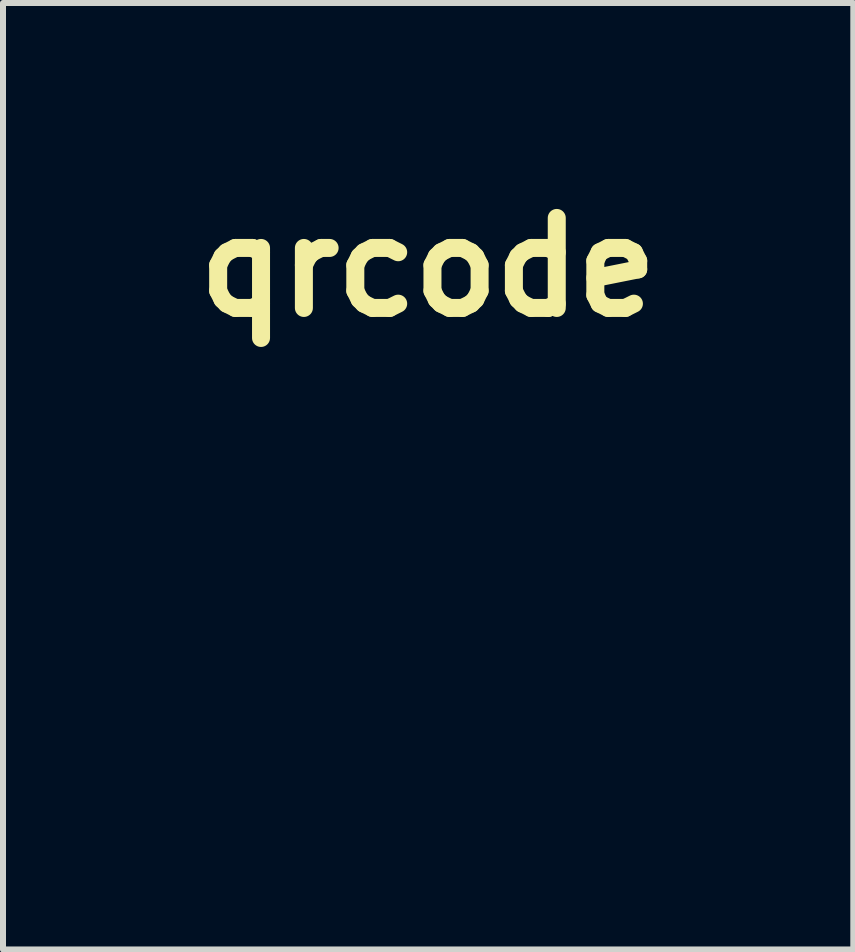
<source format=kicad_pcb>
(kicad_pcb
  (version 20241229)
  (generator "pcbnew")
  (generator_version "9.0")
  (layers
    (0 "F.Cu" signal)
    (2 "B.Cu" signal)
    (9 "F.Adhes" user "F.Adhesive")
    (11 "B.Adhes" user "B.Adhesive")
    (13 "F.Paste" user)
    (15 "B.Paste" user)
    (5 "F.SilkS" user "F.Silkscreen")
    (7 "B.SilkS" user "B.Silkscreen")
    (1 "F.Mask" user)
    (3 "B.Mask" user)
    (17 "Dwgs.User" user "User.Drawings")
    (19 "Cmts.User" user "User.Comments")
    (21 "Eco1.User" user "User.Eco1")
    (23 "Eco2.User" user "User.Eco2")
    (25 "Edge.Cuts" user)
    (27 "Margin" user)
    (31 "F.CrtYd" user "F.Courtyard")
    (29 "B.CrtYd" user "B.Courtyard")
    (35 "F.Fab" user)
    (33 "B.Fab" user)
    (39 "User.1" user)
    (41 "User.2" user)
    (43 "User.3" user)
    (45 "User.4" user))
  (footprint "qrcode"
    (layer "F.Cu")
    (at 4.086 6.23)
    (property "Reference" "qrcode" (at 0 -4.826 0) (layer "F.SilkS") (effects (font (size 1.5 1.5) (thickness 0.3))))
    (attr board_only exclude_from_pos_files exclude_from_bom)
    (fp_poly (pts (xy -2.299 -2.664) (xy -2.299 -2.299) (xy -2.664 -2.299) (xy -3.03 -2.299) (xy -3.03 -2.664) (xy -3.03 -3.03) (xy -2.664 -3.03) (xy -2.299 -3.03)) (stroke (width 0) (type solid)) (fill yes) (layer "F.Mask"))
    (fp_poly (pts (xy -2.299 2.691) (xy -2.299 3.057) (xy -2.664 3.057) (xy -3.03 3.057) (xy -3.03 2.691) (xy -3.03 2.326) (xy -2.664 2.326) (xy -2.299 2.326)) (stroke (width 0) (type solid)) (fill yes) (layer "F.Mask"))
    (fp_poly (pts (xy -1.812 -0.473) (xy -1.812 -0.352) (xy -1.934 -0.352) (xy -2.056 -0.352) (xy -2.056 -0.473) (xy -2.056 -0.595) (xy -1.934 -0.595) (xy -1.812 -0.595)) (stroke (width 0) (type solid)) (fill yes) (layer "F.Mask"))
    (fp_poly (pts (xy -1.812 1.474) (xy -1.812 1.596) (xy -1.934 1.596) (xy -2.056 1.596) (xy -2.056 1.474) (xy -2.056 1.353) (xy -1.934 1.353) (xy -1.812 1.353)) (stroke (width 0) (type solid)) (fill yes) (layer "F.Mask"))
    (fp_poly (pts (xy -1.325 -3.151) (xy -1.325 -3.03) (xy -1.447 -3.03) (xy -1.569 -3.03) (xy -1.569 -3.151) (xy -1.569 -3.273) (xy -1.447 -3.273) (xy -1.325 -3.273)) (stroke (width 0) (type solid)) (fill yes) (layer "F.Mask"))
    (fp_poly (pts (xy -0.839 -3.273) (xy -0.839 -3.03) (xy -0.96 -3.03) (xy -1.082 -3.03) (xy -1.082 -3.273) (xy -1.082 -3.517) (xy -0.96 -3.517) (xy -0.839 -3.517)) (stroke (width 0) (type solid)) (fill yes) (layer "F.Mask"))
    (fp_poly (pts (xy -0.108 0.987) (xy -0.108 1.109) (xy -0.23 1.109) (xy -0.352 1.109) (xy -0.352 0.987) (xy -0.352 0.866) (xy -0.23 0.866) (xy -0.108 0.866)) (stroke (width 0) (type solid)) (fill yes) (layer "F.Mask"))
    (fp_poly (pts (xy 0.135 3.422) (xy 0.135 3.544) (xy -0.23 3.544) (xy -0.595 3.544) (xy -0.595 3.422) (xy -0.595 3.3) (xy -0.23 3.3) (xy 0.135 3.3)) (stroke (width 0) (type solid)) (fill yes) (layer "F.Mask"))
    (fp_poly (pts (xy 0.622 -0.717) (xy 0.622 -0.595) (xy 0.5 -0.595) (xy 0.379 -0.595) (xy 0.379 -0.717) (xy 0.379 -0.839) (xy 0.5 -0.839) (xy 0.622 -0.839)) (stroke (width 0) (type solid)) (fill yes) (layer "F.Mask"))
    (fp_poly (pts (xy 0.866 0.5) (xy 0.866 0.622) (xy 0.744 0.622) (xy 0.622 0.622) (xy 0.622 0.5) (xy 0.622 0.379) (xy 0.744 0.379) (xy 0.866 0.379)) (stroke (width 0) (type solid)) (fill yes) (layer "F.Mask"))
    (fp_poly (pts (xy 0.866 3.422) (xy 0.866 3.544) (xy 0.744 3.544) (xy 0.622 3.544) (xy 0.622 3.422) (xy 0.622 3.3) (xy 0.744 3.3) (xy 0.866 3.3)) (stroke (width 0) (type solid)) (fill yes) (layer "F.Mask"))
    (fp_poly (pts (xy 1.109 2.205) (xy 1.109 2.326) (xy 0.987 2.326) (xy 0.866 2.326) (xy 0.866 2.205) (xy 0.866 2.083) (xy 0.987 2.083) (xy 1.109 2.083)) (stroke (width 0) (type solid)) (fill yes) (layer "F.Mask"))
    (fp_poly (pts (xy 1.596 -2.421) (xy 1.596 -2.299) (xy 1.353 -2.299) (xy 1.109 -2.299) (xy 1.109 -2.421) (xy 1.109 -2.543) (xy 1.353 -2.543) (xy 1.596 -2.543)) (stroke (width 0) (type solid)) (fill yes) (layer "F.Mask"))
    (fp_poly (pts (xy 2.083 1.961) (xy 2.083 2.083) (xy 1.961 2.083) (xy 1.839 2.083) (xy 1.839 1.961) (xy 1.839 1.839) (xy 1.961 1.839) (xy 2.083 1.839)) (stroke (width 0) (type solid)) (fill yes) (layer "F.Mask"))
    (fp_poly (pts (xy 3.057 -2.664) (xy 3.057 -2.299) (xy 2.691 -2.299) (xy 2.326 -2.299) (xy 2.326 -2.664) (xy 2.326 -3.03) (xy 2.691 -3.03) (xy 3.057 -3.03)) (stroke (width 0) (type solid)) (fill yes) (layer "F.Mask"))
    (fp_poly (pts (xy 3.3 -1.447) (xy 3.3 -1.325) (xy 3.178 -1.325) (xy 3.057 -1.325) (xy 3.057 -1.447) (xy 3.057 -1.569) (xy 3.178 -1.569) (xy 3.3 -1.569)) (stroke (width 0) (type solid)) (fill yes) (layer "F.Mask"))
    (fp_poly (pts (xy 3.544 -1.204) (xy 3.544 -1.082) (xy 3.422 -1.082) (xy 3.3 -1.082) (xy 3.3 -1.204) (xy 3.3 -1.325) (xy 3.422 -1.325) (xy 3.544 -1.325)) (stroke (width 0) (type solid)) (fill yes) (layer "F.Mask"))
    (fp_poly (pts (xy 3.544 -0.23) (xy 3.544 -0.108) (xy 3.422 -0.108) (xy 3.3 -0.108) (xy 3.3 -0.23) (xy 3.3 -0.352) (xy 3.422 -0.352) (xy 3.544 -0.352)) (stroke (width 0) (type solid)) (fill yes) (layer "F.Mask"))
    (fp_poly (pts (xy 3.544 0.744) (xy 3.544 0.866) (xy 3.422 0.866) (xy 3.3 0.866) (xy 3.3 0.744) (xy 3.3 0.622) (xy 3.422 0.622) (xy 3.544 0.622)) (stroke (width 0) (type solid)) (fill yes) (layer "F.Mask"))
    (fp_poly (pts (xy 1.839 0.379) (xy 1.839 0.622) (xy 1.596 0.622) (xy 1.353 0.622) (xy 1.353 0.5) (xy 1.353 0.379) (xy 1.474 0.379) (xy 1.596 0.379) (xy 1.596 0.257) (xy 1.596 0.135) (xy 1.718 0.135) (xy 1.839 0.135)) (stroke (width 0) (type solid)) (fill yes) (layer "F.Mask"))
    (fp_poly (pts (xy -1.812 -2.664) (xy -1.812 -1.812) (xy -2.664 -1.812) (xy -3.517 -1.812) (xy -3.517 -2.664) (xy -3.517 -3.273) (xy -3.273 -3.273) (xy -3.273 -2.664) (xy -3.273 -2.056) (xy -2.664 -2.056) (xy -2.056 -2.056) (xy -2.056 -2.664) (xy -2.056 -3.273) (xy -2.664 -3.273) (xy -3.273 -3.273) (xy -3.517 -3.273) (xy -3.517 -3.517) (xy -2.664 -3.517) (xy -1.812 -3.517)) (stroke (width 0) (type solid)) (fill yes) (layer "F.Mask"))
    (fp_poly (pts (xy -1.812 2.691) (xy -1.812 3.544) (xy -2.664 3.544) (xy -3.517 3.544) (xy -3.517 2.691) (xy -3.517 2.083) (xy -3.273 2.083) (xy -3.273 2.691) (xy -3.273 3.3) (xy -2.664 3.3) (xy -2.056 3.3) (xy -2.056 2.691) (xy -2.056 2.083) (xy -2.664 2.083) (xy -3.273 2.083) (xy -3.517 2.083) (xy -3.517 1.839) (xy -2.664 1.839) (xy -1.812 1.839)) (stroke (width 0) (type solid)) (fill yes) (layer "F.Mask"))
    (fp_poly (pts (xy 3.544 -2.664) (xy 3.544 -1.812) (xy 2.691 -1.812) (xy 1.839 -1.812) (xy 1.839 -2.664) (xy 1.839 -3.273) (xy 2.083 -3.273) (xy 2.083 -2.664) (xy 2.083 -2.056) (xy 2.691 -2.056) (xy 3.3 -2.056) (xy 3.3 -2.664) (xy 3.3 -3.273) (xy 2.691 -3.273) (xy 2.083 -3.273) (xy 1.839 -3.273) (xy 1.839 -3.517) (xy 2.691 -3.517) (xy 3.544 -3.517)) (stroke (width 0) (type solid)) (fill yes) (layer "F.Mask"))
    (fp_poly (pts (xy 2.083 -0.717) (xy 2.083 -0.595) (xy 1.961 -0.595) (xy 1.839 -0.595) (xy 1.839 -0.473) (xy 1.839 -0.352) (xy 1.596 -0.352) (xy 1.353 -0.352) (xy 1.353 -0.23) (xy 1.353 -0.108) (xy 1.231 -0.108) (xy 1.109 -0.108) (xy 1.109 -0.23) (xy 1.109 -0.352) (xy 1.231 -0.352) (xy 1.353 -0.352) (xy 1.353 -0.473) (xy 1.353 -0.595) (xy 1.596 -0.595) (xy 1.839 -0.595) (xy 1.839 -0.717) (xy 1.839 -0.839) (xy 1.961 -0.839) (xy 2.083 -0.839)) (stroke (width 0) (type solid)) (fill yes) (layer "F.Mask"))
    (fp_poly (pts (xy 1.839 -1.447) (xy 1.839 -1.325) (xy 1.961 -1.325) (xy 2.083 -1.325) (xy 2.083 -1.447) (xy 2.083 -1.569) (xy 2.205 -1.569) (xy 2.326 -1.569) (xy 2.326 -1.447) (xy 2.326 -1.325) (xy 2.448 -1.325) (xy 2.57 -1.325) (xy 2.57 -1.447) (xy 2.57 -1.569) (xy 2.691 -1.569) (xy 2.813 -1.569) (xy 2.813 -1.447) (xy 2.813 -1.325) (xy 2.691 -1.325) (xy 2.57 -1.325) (xy 2.57 -1.204) (xy 2.57 -1.082) (xy 2.448 -1.082) (xy 2.326 -1.082) (xy 2.326 -0.96) (xy 2.326 -0.839) (xy 2.205 -0.839) (xy 2.083 -0.839) (xy 2.083 -0.96) (xy 2.083 -1.082) (xy 2.205 -1.082) (xy 2.326 -1.082) (xy 2.326 -1.204) (xy 2.326 -1.325) (xy 2.205 -1.325) (xy 2.083 -1.325) (xy 2.083 -1.204) (xy 2.083 -1.082) (xy 1.961 -1.082) (xy 1.839 -1.082) (xy 1.839 -1.204) (xy 1.839 -1.325) (xy 1.718 -1.325) (xy 1.596 -1.325) (xy 1.596 -1.447) (xy 1.596 -1.569) (xy 1.718 -1.569) (xy 1.839 -1.569)) (stroke (width 0) (type solid)) (fill yes) (layer "F.Mask"))
    (fp_poly (pts (xy 2.813 -0.717) (xy 2.813 -0.595) (xy 2.935 -0.595) (xy 3.057 -0.595) (xy 3.057 -0.717) (xy 3.057 -0.839) (xy 3.178 -0.839) (xy 3.3 -0.839) (xy 3.3 -0.717) (xy 3.3 -0.595) (xy 3.178 -0.595) (xy 3.057 -0.595) (xy 3.057 -0.473) (xy 3.057 -0.352) (xy 2.813 -0.352) (xy 2.57 -0.352) (xy 2.57 -0.23) (xy 2.57 -0.108) (xy 2.813 -0.108) (xy 3.057 -0.108) (xy 3.057 0.014) (xy 3.057 0.135) (xy 2.691 0.135) (xy 2.326 0.135) (xy 2.326 0.257) (xy 2.326 0.379) (xy 2.205 0.379) (xy 2.083 0.379) (xy 2.083 0.135) (xy 2.083 -0.108) (xy 1.961 -0.108) (xy 1.839 -0.108) (xy 1.839 -0.23) (xy 1.839 -0.352) (xy 1.961 -0.352) (xy 2.083 -0.352) (xy 2.083 -0.473) (xy 2.083 -0.595) (xy 2.205 -0.595) (xy 2.326 -0.595) (xy 2.326 -0.473) (xy 2.326 -0.352) (xy 2.448 -0.352) (xy 2.57 -0.352) (xy 2.57 -0.473) (xy 2.57 -0.595) (xy 2.448 -0.595) (xy 2.326 -0.595) (xy 2.326 -0.717) (xy 2.326 -0.839) (xy 2.57 -0.839) (xy 2.813 -0.839)) (stroke (width 0) (type solid)) (fill yes) (layer "F.Mask"))
    (fp_poly (pts (xy 1.109 -1.934) (xy 1.109 -1.812) (xy 1.231 -1.812) (xy 1.353 -1.812) (xy 1.353 -1.934) (xy 1.353 -2.056) (xy 1.474 -2.056) (xy 1.596 -2.056) (xy 1.596 -1.812) (xy 1.596 -1.569) (xy 1.474 -1.569) (xy 1.353 -1.569) (xy 1.353 -1.325) (xy 1.353 -1.082) (xy 1.231 -1.082) (xy 1.109 -1.082) (xy 1.109 -0.839) (xy 1.109 -0.595) (xy 0.987 -0.595) (xy 0.866 -0.595) (xy 0.866 -0.839) (xy 0.866 -1.082) (xy 0.622 -1.082) (xy 0.379 -1.082) (xy 0.379 -0.96) (xy 0.379 -0.839) (xy 0.257 -0.839) (xy 0.135 -0.839) (xy 0.135 -0.595) (xy 0.135 -0.352) (xy -0.23 -0.352) (xy -0.595 -0.352) (xy -0.595 -0.595) (xy -0.595 -0.839) (xy -0.473 -0.839) (xy -0.352 -0.839) (xy -0.352 -0.717) (xy -0.352 -0.595) (xy -0.23 -0.595) (xy -0.108 -0.595) (xy -0.108 -0.839) (xy -0.108 -1.082) (xy 0.135 -1.082) (xy 0.379 -1.082) (xy 0.379 -1.204) (xy 0.379 -1.325) (xy 0.5 -1.325) (xy 0.622 -1.325) (xy 0.622 -1.447) (xy 0.622 -1.569) (xy 0.744 -1.569) (xy 0.866 -1.569) (xy 0.866 -1.447) (xy 0.866 -1.325) (xy 0.987 -1.325) (xy 1.109 -1.325) (xy 1.109 -1.447) (xy 1.109 -1.569) (xy 0.987 -1.569) (xy 0.866 -1.569) (xy 0.866 -1.812) (xy 0.866 -2.056) (xy 0.987 -2.056) (xy 1.109 -2.056)) (stroke (width 0) (type solid)) (fill yes) (layer "F.Mask"))
    (fp_poly (pts (xy 1.596 -3.151) (xy 1.596 -2.786) (xy 1.353 -2.786) (xy 1.109 -2.786) (xy 1.109 -2.908) (xy 1.109 -3.03) (xy 0.987 -3.03) (xy 0.866 -3.03) (xy 0.866 -3.151) (xy 0.866 -3.273) (xy 1.109 -3.273) (xy 1.109 -3.151) (xy 1.109 -3.03) (xy 1.231 -3.03) (xy 1.353 -3.03) (xy 1.353 -3.151) (xy 1.353 -3.273) (xy 1.231 -3.273) (xy 1.109 -3.273) (xy 0.866 -3.273) (xy 0.744 -3.273) (xy 0.622 -3.273) (xy 0.622 -3.151) (xy 0.622 -3.03) (xy 0.379 -3.03) (xy 0.135 -3.03) (xy 0.135 -2.908) (xy 0.135 -2.786) (xy 0.5 -2.786) (xy 0.866 -2.786) (xy 0.866 -2.664) (xy 0.866 -2.543) (xy 0.744 -2.543) (xy 0.622 -2.543) (xy 0.622 -2.178) (xy 0.622 -1.812) (xy 0.5 -1.812) (xy 0.379 -1.812) (xy 0.379 -1.691) (xy 0.379 -1.569) (xy 0.257 -1.569) (xy 0.135 -1.569) (xy 0.135 -1.447) (xy 0.135 -1.325) (xy -0.108 -1.325) (xy -0.352 -1.325) (xy -0.352 -1.204) (xy -0.352 -1.082) (xy -0.473 -1.082) (xy -0.595 -1.082) (xy -0.595 -1.204) (xy -0.595 -1.325) (xy -0.717 -1.325) (xy -0.839 -1.325) (xy -0.839 -1.082) (xy -0.839 -0.839) (xy -0.96 -0.839) (xy -1.082 -0.839) (xy -1.082 -1.082) (xy -1.082 -1.325) (xy -1.204 -1.325) (xy -1.325 -1.325) (xy -1.325 -0.96) (xy -1.325 -0.595) (xy -1.082 -0.595) (xy -0.839 -0.595) (xy -0.839 -0.473) (xy -0.839 -0.352) (xy -1.082 -0.352) (xy -1.325 -0.352) (xy -1.325 -0.108) (xy -1.325 0.135) (xy -1.204 0.135) (xy -1.082 0.135) (xy -1.082 0.014) (xy -1.082 -0.108) (xy -0.717 -0.108) (xy -0.352 -0.108) (xy -0.352 0.014) (xy -0.352 0.135) (xy -0.473 0.135) (xy -0.595 0.135) (xy -0.595 0.379) (xy -0.595 0.622) (xy -0.473 0.622) (xy -0.352 0.622) (xy -0.352 0.5) (xy -0.352 0.379) (xy -0.23 0.379) (xy -0.108 0.379) (xy -0.108 0.257) (xy -0.108 0.135) (xy 0.014 0.135) (xy 0.135 0.135) (xy 0.135 0.014) (xy 0.135 -0.108) (xy 0.257 -0.108) (xy 0.379 -0.108) (xy 0.379 -0.23) (xy 0.379 -0.352) (xy 0.5 -0.352) (xy 0.622 -0.352) (xy 0.622 -0.473) (xy 0.622 -0.595) (xy 0.744 -0.595) (xy 0.866 -0.595) (xy 0.866 -0.473) (xy 0.866 -0.352) (xy 0.744 -0.352) (xy 0.622 -0.352) (xy 0.622 -0.108) (xy 0.622 0.135) (xy 0.5 0.135) (xy 0.379 0.135) (xy 0.379 0.379) (xy 0.379 0.622) (xy 0.257 0.622) (xy 0.135 0.622) (xy 0.135 0.744) (xy 0.135 0.866) (xy 0.014 0.866) (xy -0.108 0.866) (xy -0.108 0.744) (xy -0.108 0.622) (xy -0.23 0.622) (xy -0.352 0.622) (xy -0.352 0.744) (xy -0.352 0.866) (xy -0.473 0.866) (xy -0.595 0.866) (xy -0.595 0.744) (xy -0.595 0.622) (xy -0.717 0.622) (xy -0.839 0.622) (xy -0.839 0.866) (xy -0.839 1.109) (xy -0.96 1.109) (xy -1.082 1.109) (xy -1.082 1.231) (xy -1.082 1.353) (xy -1.204 1.353) (xy -1.325 1.353) (xy -1.325 1.596) (xy -1.325 1.839) (xy -1.204 1.839) (xy -1.082 1.839) (xy -1.082 1.718) (xy -1.082 1.596) (xy -0.96 1.596) (xy -0.839 1.596) (xy -0.839 1.718) (xy -0.839 1.839) (xy -0.595 1.839) (xy -0.352 1.839) (xy -0.352 1.961) (xy -0.352 2.083) (xy -0.473 2.083) (xy -0.595 2.083) (xy -0.595 2.205) (xy -0.595 2.326) (xy -0.352 2.326) (xy -0.108 2.326) (xy -0.108 1.961) (xy -0.108 1.596) (xy -0.352 1.596) (xy -0.595 1.596) (xy -0.595 1.353) (xy -0.595 1.109) (xy -0.473 1.109) (xy -0.352 1.109) (xy -0.352 1.231) (xy -0.352 1.353) (xy -0.23 1.353) (xy -0.108 1.353) (xy -0.108 1.231) (xy -0.108 1.109) (xy 0.014 1.109) (xy 0.135 1.109) (xy 0.135 1.231) (xy 0.135 1.353) (xy 0.257 1.353) (xy 0.379 1.353) (xy 0.379 1.474) (xy 0.379 1.596) (xy 0.257 1.596) (xy 0.135 1.596) (xy 0.135 1.718) (xy 0.135 1.839) (xy 0.257 1.839) (xy 0.379 1.839) (xy 0.379 1.718) (xy 0.379 1.596) (xy 0.5 1.596) (xy 0.622 1.596) (xy 0.622 1.474) (xy 0.622 1.353) (xy 0.744 1.353) (xy 0.866 1.353) (xy 0.866 1.231) (xy 0.866 1.109) (xy 0.5 1.109) (xy 0.135 1.109) (xy 0.135 0.987) (xy 0.135 0.866) (xy 0.257 0.866) (xy 0.379 0.866) (xy 0.379 0.744) (xy 0.379 0.622) (xy 0.5 0.622) (xy 0.622 0.622) (xy 0.622 0.744) (xy 0.622 0.866) (xy 0.744 0.866) (xy 0.866 0.866) (xy 0.866 0.744) (xy 0.866 0.622) (xy 1.109 0.622) (xy 1.353 0.622) (xy 1.353 0.744) (xy 1.353 0.866) (xy 1.231 0.866) (xy 1.109 0.866) (xy 1.109 0.987) (xy 1.109 1.109) (xy 1.231 1.109) (xy 1.353 1.109) (xy 1.353 1.231) (xy 1.353 1.353) (xy 1.231 1.353) (xy 1.109 1.353) (xy 1.109 1.474) (xy 1.109 1.596) (xy 1.231 1.596) (xy 1.353 1.596) (xy 1.596 1.596) (xy 1.596 1.961) (xy 1.596 2.326) (xy 1.961 2.326) (xy 2.326 2.326) (xy 2.326 1.961) (xy 2.326 1.596) (xy 1.961 1.596) (xy 1.596 1.596) (xy 1.353 1.596) (xy 1.353 1.474) (xy 1.353 1.353) (xy 1.474 1.353) (xy 1.596 1.353) (xy 1.596 1.109) (xy 1.596 0.866) (xy 1.718 0.866) (xy 1.839 0.866) (xy 1.839 0.987) (xy 1.839 1.109) (xy 1.961 1.109) (xy 2.083 1.109) (xy 2.083 0.987) (xy 2.083 0.866) (xy 1.961 0.866) (xy 1.839 0.866) (xy 1.839 0.744) (xy 1.839 0.622) (xy 2.205 0.622) (xy 2.57 0.622) (xy 2.57 0.5) (xy 2.57 0.379) (xy 2.813 0.379) (xy 3.057 0.379) (xy 3.057 0.257) (xy 3.057 0.135) (xy 3.178 0.135) (xy 3.3 0.135) (xy 3.3 0.257) (xy 3.3 0.379) (xy 3.178 0.379) (xy 3.057 0.379) (xy 3.057 0.744) (xy 3.057 1.109) (xy 2.935 1.109) (xy 2.813 1.109) (xy 2.813 0.866) (xy 2.813 0.622) (xy 2.691 0.622) (xy 2.57 0.622) (xy 2.57 0.744) (xy 2.57 0.866) (xy 2.448 0.866) (xy 2.326 0.866) (xy 2.326 1.109) (xy 2.326 1.353) (xy 2.448 1.353) (xy 2.57 1.353) (xy 2.57 1.474) (xy 2.57 1.596) (xy 2.691 1.596) (xy 2.813 1.596) (xy 2.813 1.474) (xy 2.813 1.353) (xy 2.935 1.353) (xy 3.057 1.353) (xy 3.057 1.231) (xy 3.057 1.109) (xy 3.178 1.109) (xy 3.3 1.109) (xy 3.3 1.231) (xy 3.3 1.353) (xy 3.422 1.353) (xy 3.544 1.353) (xy 3.544 1.596) (xy 3.544 1.839) (xy 3.3 1.839) (xy 3.057 1.839) (xy 3.057 1.961) (xy 3.057 2.083) (xy 2.813 2.083) (xy 2.57 2.083) (xy 2.57 2.326) (xy 2.57 2.57) (xy 2.205 2.57) (xy 1.839 2.57) (xy 1.839 2.691) (xy 1.839 2.813) (xy 1.718 2.813) (xy 1.596 2.813) (xy 1.596 2.691) (xy 1.596 2.57) (xy 1.474 2.57) (xy 1.353 2.57) (xy 1.353 2.691) (xy 1.353 2.813) (xy 1.231 2.813) (xy 1.109 2.813) (xy 1.109 2.935) (xy 1.109 3.057) (xy 1.231 3.057) (xy 1.353 3.057) (xy 1.353 2.935) (xy 1.353 2.813) (xy 1.474 2.813) (xy 1.596 2.813) (xy 1.596 2.935) (xy 1.596 3.057) (xy 1.718 3.057) (xy 1.839 3.057) (xy 1.839 2.935) (xy 1.839 2.813) (xy 2.205 2.813) (xy 2.57 2.813) (xy 2.57 2.691) (xy 2.57 2.57) (xy 2.691 2.57) (xy 2.813 2.57) (xy 2.813 2.448) (xy 2.813 2.326) (xy 2.935 2.326) (xy 3.057 2.326) (xy 3.057 2.205) (xy 3.057 2.083) (xy 3.178 2.083) (xy 3.3 2.083) (xy 3.3 2.205) (xy 3.3 2.326) (xy 3.178 2.326) (xy 3.057 2.326) (xy 3.057 2.448) (xy 3.057 2.57) (xy 3.178 2.57) (xy 3.3 2.57) (xy 3.3 2.448) (xy 3.3 2.326) (xy 3.422 2.326) (xy 3.544 2.326) (xy 3.544 2.57) (xy 3.544 2.813) (xy 3.422 2.813) (xy 3.3 2.813) (xy 3.3 3.057) (xy 3.3 3.3) (xy 3.178 3.3) (xy 3.057 3.3) (xy 3.057 3.422) (xy 3.057 3.544) (xy 2.57 3.544) (xy 2.083 3.544) (xy 2.083 3.422) (xy 2.083 3.3) (xy 2.205 3.3) (xy 2.326 3.3) (xy 2.326 3.178) (xy 2.326 3.057) (xy 2.813 3.057) (xy 2.813 3.178) (xy 2.813 3.3) (xy 2.935 3.3) (xy 3.057 3.3) (xy 3.057 3.178) (xy 3.057 3.057) (xy 2.935 3.057) (xy 2.813 3.057) (xy 2.326 3.057) (xy 2.083 3.057) (xy 1.839 3.057) (xy 1.839 3.3) (xy 1.839 3.544) (xy 1.718 3.544) (xy 1.596 3.544) (xy 1.596 3.422) (xy 1.596 3.3) (xy 1.353 3.3) (xy 1.109 3.3) (xy 1.109 3.178) (xy 1.109 3.057) (xy 0.987 3.057) (xy 0.866 3.057) (xy 0.866 2.935) (xy 0.866 2.813) (xy 0.744 2.813) (xy 0.622 2.813) (xy 0.622 3.057) (xy 0.622 3.3) (xy 0.5 3.3) (xy 0.379 3.3) (xy 0.379 3.178) (xy 0.379 3.057) (xy 0.257 3.057) (xy 0.135 3.057) (xy 0.135 2.935) (xy 0.135 2.813) (xy 0.379 2.813) (xy 0.622 2.813) (xy 0.622 2.57) (xy 0.622 2.326) (xy 0.744 2.326) (xy 0.866 2.326) (xy 0.866 2.448) (xy 0.866 2.57) (xy 1.109 2.57) (xy 1.353 2.57) (xy 1.353 2.326) (xy 1.353 2.083) (xy 1.231 2.083) (xy 1.109 2.083) (xy 1.109 1.961) (xy 1.109 1.839) (xy 0.987 1.839) (xy 0.866 1.839) (xy 0.866 1.961) (xy 0.866 2.083) (xy 0.744 2.083) (xy 0.622 2.083) (xy 0.622 2.205) (xy 0.622 2.326) (xy 0.5 2.326) (xy 0.379 2.326) (xy 0.379 2.205) (xy 0.379 2.083) (xy 0.257 2.083) (xy 0.135 2.083) (xy 0.135 2.448) (xy 0.135 2.813) (xy 0.014 2.813) (xy -0.108 2.813) (xy -0.108 2.935) (xy -0.108 3.057) (xy -0.23 3.057) (xy -0.352 3.057) (xy -0.352 2.935) (xy -0.352 2.813) (xy -0.473 2.813) (xy -0.595 2.813) (xy -0.595 2.691) (xy -0.595 2.57) (xy -0.352 2.57) (xy -0.352 2.691) (xy -0.352 2.813) (xy -0.23 2.813) (xy -0.108 2.813) (xy -0.108 2.691) (xy -0.108 2.57) (xy -0.23 2.57) (xy -0.352 2.57) (xy -0.595 2.57) (xy -0.717 2.57) (xy -0.839 2.57) (xy -0.839 2.691) (xy -0.839 2.813) (xy -1.082 2.813) (xy -1.325 2.813) (xy -1.325 3.178) (xy -1.325 3.544) (xy -1.447 3.544) (xy -1.569 3.544) (xy -1.569 2.935) (xy -1.569 2.57) (xy -1.325 2.57) (xy -1.082 2.57) (xy -0.839 2.57) (xy -0.839 2.326) (xy -0.839 2.083) (xy -0.96 2.083) (xy -1.082 2.083) (xy -1.082 2.205) (xy -1.082 2.326) (xy -1.204 2.326) (xy -1.325 2.326) (xy -1.325 2.448) (xy -1.325 2.57) (xy -1.569 2.57) (xy -1.569 2.326) (xy -1.447 2.326) (xy -1.325 2.326) (xy -1.325 2.205) (xy -1.325 2.083) (xy -1.447 2.083) (xy -1.569 2.083) (xy -1.569 1.596) (xy -1.569 1.109) (xy -1.325 1.109) (xy -1.082 1.109) (xy -1.082 0.987) (xy -1.082 0.866) (xy -1.204 0.866) (xy -1.325 0.866) (xy -1.325 0.5) (xy -1.325 0.135) (xy -1.447 0.135) (xy -1.569 0.135) (xy -1.569 0.379) (xy -1.569 0.622) (xy -1.812 0.622) (xy -2.056 0.622) (xy -2.056 0.744) (xy -2.056 0.866) (xy -2.178 0.866) (xy -2.299 0.866) (xy -2.299 0.987) (xy -2.299 1.109) (xy -2.421 1.109) (xy -2.543 1.109) (xy -2.543 1.231) (xy -2.543 1.353) (xy -2.421 1.353) (xy -2.299 1.353) (xy -2.299 1.231) (xy -2.299 1.109) (xy -2.178 1.109) (xy -2.056 1.109) (xy -2.056 0.987) (xy -2.056 0.866) (xy -1.934 0.866) (xy -1.812 0.866) (xy -1.812 0.987) (xy -1.812 1.109) (xy -1.934 1.109) (xy -2.056 1.109) (xy -2.056 1.231) (xy -2.056 1.353) (xy -2.178 1.353) (xy -2.299 1.353) (xy -2.299 1.474) (xy -2.299 1.596) (xy -2.786 1.596) (xy -3.273 1.596) (xy -3.273 1.109) (xy -3.273 0.622) (xy -3.395 0.622) (xy -3.517 0.622) (xy -3.517 0.379) (xy -3.517 0.135) (xy -3.273 0.135) (xy -3.03 0.135) (xy -3.03 0.379) (xy -3.03 0.622) (xy -2.908 0.622) (xy -2.786 0.622) (xy -2.786 0.744) (xy -2.786 0.866) (xy -2.908 0.866) (xy -3.03 0.866) (xy -3.03 0.987) (xy -3.03 1.109) (xy -2.786 1.109) (xy -2.543 1.109) (xy -2.543 0.987) (xy -2.543 0.866) (xy -2.421 0.866) (xy -2.299 0.866) (xy -2.299 0.622) (xy -2.299 0.379) (xy -2.056 0.379) (xy -1.812 0.379) (xy -1.812 0.257) (xy -1.812 0.135) (xy -2.056 0.135) (xy -2.299 0.135) (xy -2.299 0.014) (xy -2.299 -0.108) (xy -2.543 -0.108) (xy -2.786 -0.108) (xy -2.786 -0.352) (xy -2.786 -0.595) (xy -2.908 -0.595) (xy -3.03 -0.595) (xy -3.03 -0.473) (xy -3.03 -0.352) (xy -3.151 -0.352) (xy -3.273 -0.352) (xy -3.273 -0.473) (xy -3.273 -0.595) (xy -3.395 -0.595) (xy -3.517 -0.595) (xy -3.517 -0.717) (xy -3.517 -0.839) (xy -3.395 -0.839) (xy -3.273 -0.839) (xy -3.273 -0.717) (xy -3.273 -0.595) (xy -3.151 -0.595) (xy -3.03 -0.595) (xy -3.03 -0.717) (xy -3.03 -0.839) (xy -3.151 -0.839) (xy -3.273 -0.839) (xy -3.273 -0.96) (xy -3.273 -1.082) (xy -3.03 -1.082) (xy -2.786 -1.082) (xy -2.786 -0.96) (xy -2.786 -0.839) (xy -2.664 -0.839) (xy -2.543 -0.839) (xy -2.543 -0.717) (xy -2.543 -0.595) (xy -2.421 -0.595) (xy -2.299 -0.595) (xy -2.299 -0.352) (xy -2.299 -0.108) (xy -1.934 -0.108) (xy -1.569 -0.108) (xy -1.569 -0.352) (xy -1.569 -0.595) (xy -1.691 -0.595) (xy -1.812 -0.595) (xy -1.812 -0.717) (xy -1.812 -0.839) (xy -1.691 -0.839) (xy -1.569 -0.839) (xy -1.569 -0.96) (xy -1.569 -1.082) (xy -1.691 -1.082) (xy -1.812 -1.082) (xy -1.812 -0.96) (xy -1.812 -0.839) (xy -1.934 -0.839) (xy -2.056 -0.839) (xy -2.056 -0.717) (xy -2.056 -0.595) (xy -2.178 -0.595) (xy -2.299 -0.595) (xy -2.299 -0.839) (xy -2.299 -1.082) (xy -2.543 -1.082) (xy -2.786 -1.082) (xy -2.786 -1.204) (xy -2.786 -1.325) (xy -3.151 -1.325) (xy -3.517 -1.325) (xy -3.517 -1.447) (xy -3.517 -1.569) (xy -2.908 -1.569) (xy -2.299 -1.569) (xy -2.299 -1.325) (xy -2.299 -1.082) (xy -2.056 -1.082) (xy -1.812 -1.082) (xy -1.812 -1.204) (xy -1.812 -1.325) (xy -1.934 -1.325) (xy -2.056 -1.325) (xy -2.056 -1.447) (xy -2.056 -1.569) (xy -1.691 -1.569) (xy -1.325 -1.569) (xy -1.082 -1.569) (xy -1.082 -1.447) (xy -1.082 -1.325) (xy -0.96 -1.325) (xy -0.839 -1.325) (xy -0.839 -1.447) (xy -0.839 -1.569) (xy -0.96 -1.569) (xy -1.082 -1.569) (xy -1.325 -1.569) (xy -1.325 -1.691) (xy -1.325 -1.812) (xy -1.447 -1.812) (xy -1.569 -1.812) (xy -1.569 -2.056) (xy -1.325 -2.056) (xy -1.325 -1.934) (xy -1.325 -1.812) (xy -1.204 -1.812) (xy -1.082 -1.812) (xy -0.839 -1.812) (xy -0.717 -1.812) (xy -0.595 -1.812) (xy -0.595 -1.569) (xy -0.595 -1.325) (xy -0.473 -1.325) (xy -0.352 -1.325) (xy -0.352 -1.447) (xy -0.352 -1.569) (xy -0.23 -1.569) (xy -0.108 -1.569) (xy -0.108 -1.934) (xy -0.108 -2.056) (xy 0.135 -2.056) (xy 0.135 -1.934) (xy 0.135 -1.812) (xy 0.257 -1.812) (xy 0.379 -1.812) (xy 0.379 -1.934) (xy 0.379 -2.056) (xy 0.257 -2.056) (xy 0.135 -2.056) (xy -0.108 -2.056) (xy -0.108 -2.299) (xy 0.135 -2.299) (xy 0.379 -2.299) (xy 0.379 -2.421) (xy 0.379 -2.543) (xy 0.135 -2.543) (xy -0.108 -2.543) (xy -0.108 -2.421) (xy -0.108 -2.299) (xy -0.23 -2.299) (xy -0.352 -2.299) (xy -0.352 -2.056) (xy -0.352 -1.812) (xy -0.473 -1.812) (xy -0.595 -1.812) (xy -0.595 -1.934) (xy -0.595 -2.056) (xy -0.717 -2.056) (xy -0.839 -2.056) (xy -0.839 -1.934) (xy -0.839 -1.812) (xy -1.082 -1.812) (xy -1.082 -1.934) (xy -1.082 -2.056) (xy -1.204 -2.056) (xy -1.325 -2.056) (xy -1.569 -2.056) (xy -1.569 -2.299) (xy -1.447 -2.299) (xy -1.325 -2.299) (xy -1.325 -2.421) (xy -1.325 -2.543) (xy -1.447 -2.543) (xy -1.569 -2.543) (xy -1.569 -2.664) (xy -1.569 -2.786) (xy -1.204 -2.786) (xy -0.839 -2.786) (xy -0.839 -2.664) (xy -0.839 -2.543) (xy -0.96 -2.543) (xy -1.082 -2.543) (xy -1.082 -2.299) (xy -1.082 -2.056) (xy -0.96 -2.056) (xy -0.839 -2.056) (xy -0.839 -2.178) (xy -0.839 -2.299) (xy -0.595 -2.299) (xy -0.352 -2.299) (xy -0.352 -2.421) (xy -0.352 -2.543) (xy -0.473 -2.543) (xy -0.595 -2.543) (xy -0.595 -2.786) (xy -0.595 -3.03) (xy -0.473 -3.03) (xy -0.352 -3.03) (xy -0.352 -2.908) (xy -0.352 -2.786) (xy -0.23 -2.786) (xy -0.108 -2.786) (xy -0.108 -2.908) (xy -0.108 -3.03) (xy -0.23 -3.03) (xy -0.352 -3.03) (xy -0.352 -3.151) (xy -0.352 -3.273) (xy -0.473 -3.273) (xy -0.595 -3.273) (xy -0.595 -3.395) (xy -0.595 -3.517) (xy 0.5 -3.517) (xy 1.596 -3.517)) (stroke (width 0) (type solid)) (fill yes) (layer "F.Mask")))
  (gr_rect
    (start -3 -3)
    (end 11.171 12.774)
    (stroke (width 0.1) (type default))
    (fill no)
    (layer "Edge.Cuts")))
</source>
